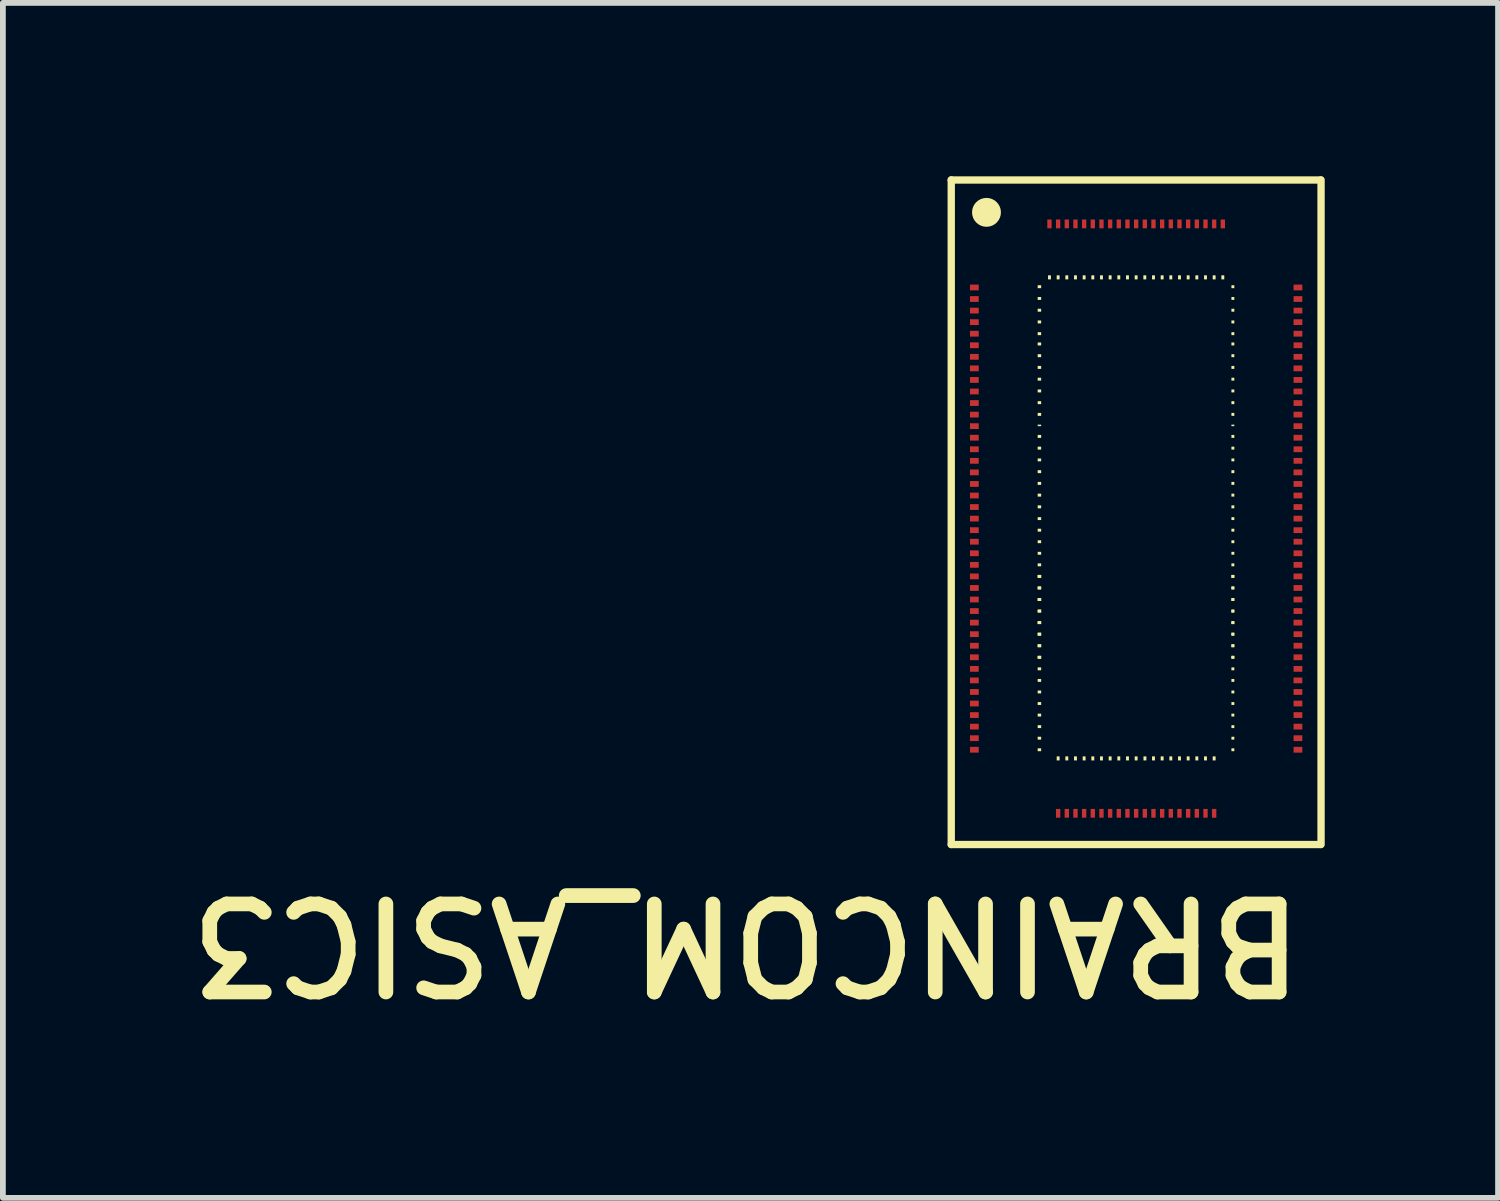
<source format=kicad_pcb>
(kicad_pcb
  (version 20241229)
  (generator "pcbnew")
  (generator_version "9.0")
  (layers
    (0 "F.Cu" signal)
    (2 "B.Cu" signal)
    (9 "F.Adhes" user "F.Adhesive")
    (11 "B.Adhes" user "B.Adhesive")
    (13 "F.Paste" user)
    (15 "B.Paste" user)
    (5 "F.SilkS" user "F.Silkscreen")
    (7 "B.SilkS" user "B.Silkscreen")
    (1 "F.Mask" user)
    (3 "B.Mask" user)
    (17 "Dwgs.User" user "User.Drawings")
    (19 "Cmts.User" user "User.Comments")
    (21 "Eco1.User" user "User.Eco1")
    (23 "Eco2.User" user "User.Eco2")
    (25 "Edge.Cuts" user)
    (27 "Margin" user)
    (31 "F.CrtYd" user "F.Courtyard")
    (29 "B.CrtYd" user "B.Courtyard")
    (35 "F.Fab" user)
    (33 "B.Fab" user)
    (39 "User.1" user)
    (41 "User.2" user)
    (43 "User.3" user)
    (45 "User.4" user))
  (footprint "BRAINCOM_ASIC3"
    (layer "F.Cu")
    (at 16.612 5.925)
    (property "Reference" "BRAINCOM_ASIC3" (at 3.004 6.469 180) (unlocked yes) (layer "F.SilkS") (effects (font (size 1.524 1.524) (thickness 0.254)) (justify left bottom)))
    (fp_line (start -3.2 -5.862) (end -3.2 5.64) (stroke (width 0.127) (type solid)) (layer "F.SilkS"))
    (fp_line (start 3.19 -5.86) (end -3.2 -5.86) (stroke (width 0.127) (type solid)) (layer "F.SilkS"))
    (fp_line (start 3.19 5.64) (end -3.2 5.64) (stroke (width 0.127) (type solid)) (layer "F.SilkS"))
    (fp_line (start 3.2 -5.862) (end 3.2 5.64) (stroke (width 0.127) (type solid)) (layer "F.SilkS"))
    (fp_rect (start -1.704 -3.988) (end -1.644 -4.039) (stroke (width 0) (type default)) (fill yes) (layer "F.SilkS"))
    (fp_rect (start -1.704 -3.785) (end -1.644 -3.835) (stroke (width 0) (type default)) (fill yes) (layer "F.SilkS"))
    (fp_rect (start -1.704 -3.581) (end -1.644 -3.632) (stroke (width 0) (type default)) (fill yes) (layer "F.SilkS"))
    (fp_rect (start -1.704 -3.378) (end -1.644 -3.429) (stroke (width 0) (type default)) (fill yes) (layer "F.SilkS"))
    (fp_rect (start -1.704 -3.175) (end -1.644 -3.226) (stroke (width 0) (type default)) (fill yes) (layer "F.SilkS"))
    (fp_rect (start -1.704 -2.997) (end -1.644 -3.048) (stroke (width 0) (type default)) (fill yes) (layer "F.SilkS"))
    (fp_rect (start -1.704 -2.794) (end -1.644 -2.845) (stroke (width 0) (type default)) (fill yes) (layer "F.SilkS"))
    (fp_rect (start -1.704 -2.591) (end -1.644 -2.642) (stroke (width 0) (type default)) (fill yes) (layer "F.SilkS"))
    (fp_rect (start -1.704 -2.388) (end -1.644 -2.438) (stroke (width 0) (type default)) (fill yes) (layer "F.SilkS"))
    (fp_rect (start -1.704 -2.184) (end -1.644 -2.235) (stroke (width 0) (type default)) (fill yes) (layer "F.SilkS"))
    (fp_rect (start -1.704 -1.981) (end -1.644 -2.032) (stroke (width 0) (type default)) (fill yes) (layer "F.SilkS"))
    (fp_rect (start -1.704 -1.778) (end -1.644 -1.829) (stroke (width 0) (type default)) (fill yes) (layer "F.SilkS"))
    (fp_rect (start -1.704 -1.6) (end -1.644 -1.626) (stroke (width 0) (type default)) (fill yes) (layer "F.SilkS"))
    (fp_rect (start -1.704 -1.397) (end -1.644 -1.448) (stroke (width 0) (type default)) (fill yes) (layer "F.SilkS"))
    (fp_rect (start -1.704 -1.194) (end -1.644 -1.245) (stroke (width 0) (type default)) (fill yes) (layer "F.SilkS"))
    (fp_rect (start -1.704 -0.991) (end -1.644 -1.041) (stroke (width 0) (type default)) (fill yes) (layer "F.SilkS"))
    (fp_rect (start -1.704 -0.787) (end -1.644 -0.838) (stroke (width 0) (type default)) (fill yes) (layer "F.SilkS"))
    (fp_rect (start -1.704 -0.584) (end -1.644 -0.635) (stroke (width 0) (type default)) (fill yes) (layer "F.SilkS"))
    (fp_rect (start -1.704 -0.381) (end -1.644 -0.432) (stroke (width 0) (type default)) (fill yes) (layer "F.SilkS"))
    (fp_rect (start -1.704 -0.178) (end -1.644 -0.229) (stroke (width 0) (type default)) (fill yes) (layer "F.SilkS"))
    (fp_rect (start -1.704 0.025) (end -1.644 -0.025) (stroke (width 0) (type default)) (fill yes) (layer "F.SilkS"))
    (fp_rect (start -1.704 0.225) (end -1.644 0.175) (stroke (width 0) (type default)) (fill yes) (layer "F.SilkS"))
    (fp_rect (start -1.704 0.425) (end -1.644 0.375) (stroke (width 0) (type default)) (fill yes) (layer "F.SilkS"))
    (fp_rect (start -1.704 0.625) (end -1.644 0.575) (stroke (width 0) (type default)) (fill yes) (layer "F.SilkS"))
    (fp_rect (start -1.704 0.825) (end -1.644 0.775) (stroke (width 0) (type default)) (fill yes) (layer "F.SilkS"))
    (fp_rect (start -1.704 1.025) (end -1.644 0.975) (stroke (width 0) (type default)) (fill yes) (layer "F.SilkS"))
    (fp_rect (start -1.704 1.025) (end -1.644 0.975) (stroke (width 0) (type default)) (fill yes) (layer "F.SilkS"))
    (fp_rect (start -1.704 1.225) (end -1.644 1.175) (stroke (width 0) (type default)) (fill yes) (layer "F.SilkS"))
    (fp_rect (start -1.704 1.225) (end -1.644 1.175) (stroke (width 0) (type default)) (fill yes) (layer "F.SilkS"))
    (fp_rect (start -1.704 1.425) (end -1.644 1.375) (stroke (width 0) (type default)) (fill yes) (layer "F.SilkS"))
    (fp_rect (start -1.704 1.425) (end -1.644 1.375) (stroke (width 0) (type default)) (fill yes) (layer "F.SilkS"))
    (fp_rect (start -1.704 1.625) (end -1.644 1.575) (stroke (width 0) (type default)) (fill yes) (layer "F.SilkS"))
    (fp_rect (start -1.704 1.625) (end -1.644 1.575) (stroke (width 0) (type default)) (fill yes) (layer "F.SilkS"))
    (fp_rect (start -1.704 1.825) (end -1.644 1.775) (stroke (width 0) (type default)) (fill yes) (layer "F.SilkS"))
    (fp_rect (start -1.704 1.825) (end -1.644 1.775) (stroke (width 0) (type default)) (fill yes) (layer "F.SilkS"))
    (fp_rect (start -1.704 2.025) (end -1.644 1.975) (stroke (width 0) (type default)) (fill yes) (layer "F.SilkS"))
    (fp_rect (start -1.704 2.025) (end -1.644 1.975) (stroke (width 0) (type default)) (fill yes) (layer "F.SilkS"))
    (fp_rect (start -1.704 2.225) (end -1.644 2.175) (stroke (width 0) (type default)) (fill yes) (layer "F.SilkS"))
    (fp_rect (start -1.704 2.225) (end -1.644 2.175) (stroke (width 0) (type default)) (fill yes) (layer "F.SilkS"))
    (fp_rect (start -1.704 2.425) (end -1.644 2.375) (stroke (width 0) (type default)) (fill yes) (layer "F.SilkS"))
    (fp_rect (start -1.704 2.425) (end -1.644 2.375) (stroke (width 0) (type default)) (fill yes) (layer "F.SilkS"))
    (fp_rect (start -1.704 2.625) (end -1.644 2.575) (stroke (width 0) (type default)) (fill yes) (layer "F.SilkS"))
    (fp_rect (start -1.704 2.825) (end -1.644 2.775) (stroke (width 0) (type default)) (fill yes) (layer "F.SilkS"))
    (fp_rect (start -1.704 3.025) (end -1.644 2.975) (stroke (width 0) (type default)) (fill yes) (layer "F.SilkS"))
    (fp_rect (start -1.704 3.225) (end -1.644 3.175) (stroke (width 0) (type default)) (fill yes) (layer "F.SilkS"))
    (fp_rect (start -1.704 3.425) (end -1.644 3.375) (stroke (width 0) (type default)) (fill yes) (layer "F.SilkS"))
    (fp_rect (start -1.704 3.625) (end -1.644 3.575) (stroke (width 0) (type default)) (fill yes) (layer "F.SilkS"))
    (fp_rect (start -1.704 3.825) (end -1.644 3.775) (stroke (width 0) (type default)) (fill yes) (layer "F.SilkS"))
    (fp_rect (start -1.704 4.025) (end -1.644 3.975) (stroke (width 0) (type default)) (fill yes) (layer "F.SilkS"))
    (fp_rect (start -1.525 -4.14) (end -1.475 -4.21) (stroke (width 0) (type default)) (fill yes) (layer "F.SilkS"))
    (fp_rect (start -1.375 -4.14) (end -1.325 -4.21) (stroke (width 0) (type default)) (fill yes) (layer "F.SilkS"))
    (fp_rect (start -1.375 4.185) (end -1.325 4.115) (stroke (width 0) (type default)) (fill yes) (layer "F.SilkS"))
    (fp_rect (start -1.225 -4.14) (end -1.175 -4.21) (stroke (width 0) (type default)) (fill yes) (layer "F.SilkS"))
    (fp_rect (start -1.225 4.185) (end -1.175 4.115) (stroke (width 0) (type default)) (fill yes) (layer "F.SilkS"))
    (fp_rect (start -1.075 -4.14) (end -1.025 -4.21) (stroke (width 0) (type default)) (fill yes) (layer "F.SilkS"))
    (fp_rect (start -1.075 4.185) (end -1.025 4.115) (stroke (width 0) (type default)) (fill yes) (layer "F.SilkS"))
    (fp_rect (start -0.925 -4.14) (end -0.875 -4.21) (stroke (width 0) (type default)) (fill yes) (layer "F.SilkS"))
    (fp_rect (start -0.925 4.185) (end -0.875 4.115) (stroke (width 0) (type default)) (fill yes) (layer "F.SilkS"))
    (fp_rect (start -0.775 -4.14) (end -0.725 -4.21) (stroke (width 0) (type default)) (fill yes) (layer "F.SilkS"))
    (fp_rect (start -0.775 4.185) (end -0.725 4.115) (stroke (width 0) (type default)) (fill yes) (layer "F.SilkS"))
    (fp_rect (start -0.625 -4.14) (end -0.575 -4.21) (stroke (width 0) (type default)) (fill yes) (layer "F.SilkS"))
    (fp_rect (start -0.625 4.185) (end -0.575 4.115) (stroke (width 0) (type default)) (fill yes) (layer "F.SilkS"))
    (fp_rect (start -0.475 -4.14) (end -0.425 -4.21) (stroke (width 0) (type default)) (fill yes) (layer "F.SilkS"))
    (fp_rect (start -0.475 4.185) (end -0.425 4.115) (stroke (width 0) (type default)) (fill yes) (layer "F.SilkS"))
    (fp_rect (start -0.325 -4.14) (end -0.275 -4.21) (stroke (width 0) (type default)) (fill yes) (layer "F.SilkS"))
    (fp_rect (start -0.325 4.185) (end -0.275 4.115) (stroke (width 0) (type default)) (fill yes) (layer "F.SilkS"))
    (fp_rect (start -0.175 -4.14) (end -0.125 -4.21) (stroke (width 0) (type default)) (fill yes) (layer "F.SilkS"))
    (fp_rect (start -0.175 4.185) (end -0.125 4.115) (stroke (width 0) (type default)) (fill yes) (layer "F.SilkS"))
    (fp_rect (start -0.025 4.185) (end 0.025 4.115) (stroke (width 0) (type default)) (fill yes) (layer "F.SilkS"))
    (fp_rect (start -0.025 -4.14) (end 0.025 -4.21) (stroke (width 0) (type default)) (fill yes) (layer "F.SilkS"))
    (fp_rect (start 0.125 -4.14) (end 0.175 -4.21) (stroke (width 0) (type default)) (fill yes) (layer "F.SilkS"))
    (fp_rect (start 0.127 4.185) (end 0.177 4.115) (stroke (width 0) (type default)) (fill yes) (layer "F.SilkS"))
    (fp_rect (start 0.275 -4.14) (end 0.325 -4.21) (stroke (width 0) (type default)) (fill yes) (layer "F.SilkS"))
    (fp_rect (start 0.275 4.185) (end 0.325 4.115) (stroke (width 0) (type default)) (fill yes) (layer "F.SilkS"))
    (fp_rect (start 0.425 -4.14) (end 0.475 -4.21) (stroke (width 0) (type default)) (fill yes) (layer "F.SilkS"))
    (fp_rect (start 0.425 4.185) (end 0.475 4.115) (stroke (width 0) (type default)) (fill yes) (layer "F.SilkS"))
    (fp_rect (start 0.575 -4.14) (end 0.625 -4.21) (stroke (width 0) (type default)) (fill yes) (layer "F.SilkS"))
    (fp_rect (start 0.575 4.185) (end 0.625 4.115) (stroke (width 0) (type default)) (fill yes) (layer "F.SilkS"))
    (fp_rect (start 0.725 -4.14) (end 0.775 -4.21) (stroke (width 0) (type default)) (fill yes) (layer "F.SilkS"))
    (fp_rect (start 0.725 4.185) (end 0.775 4.115) (stroke (width 0) (type default)) (fill yes) (layer "F.SilkS"))
    (fp_rect (start 0.875 -4.14) (end 0.925 -4.21) (stroke (width 0) (type default)) (fill yes) (layer "F.SilkS"))
    (fp_rect (start 0.875 4.185) (end 0.925 4.115) (stroke (width 0) (type default)) (fill yes) (layer "F.SilkS"))
    (fp_rect (start 1.025 -4.14) (end 1.075 -4.21) (stroke (width 0) (type default)) (fill yes) (layer "F.SilkS"))
    (fp_rect (start 1.025 4.185) (end 1.075 4.115) (stroke (width 0) (type default)) (fill yes) (layer "F.SilkS"))
    (fp_rect (start 1.175 -4.14) (end 1.225 -4.21) (stroke (width 0) (type default)) (fill yes) (layer "F.SilkS"))
    (fp_rect (start 1.175 4.185) (end 1.225 4.115) (stroke (width 0) (type default)) (fill yes) (layer "F.SilkS"))
    (fp_rect (start 1.325 -4.14) (end 1.375 -4.21) (stroke (width 0) (type default)) (fill yes) (layer "F.SilkS"))
    (fp_rect (start 1.325 4.185) (end 1.375 4.115) (stroke (width 0) (type default)) (fill yes) (layer "F.SilkS"))
    (fp_rect (start 1.475 -4.14) (end 1.525 -4.21) (stroke (width 0) (type default)) (fill yes) (layer "F.SilkS"))
    (fp_rect (start 1.649 -3.988) (end 1.699 -4.039) (stroke (width 0) (type default)) (fill yes) (layer "F.SilkS"))
    (fp_rect (start 1.649 -3.785) (end 1.699 -3.835) (stroke (width 0) (type default)) (fill yes) (layer "F.SilkS"))
    (fp_rect (start 1.649 -3.581) (end 1.699 -3.632) (stroke (width 0) (type default)) (fill yes) (layer "F.SilkS"))
    (fp_rect (start 1.649 -3.378) (end 1.699 -3.429) (stroke (width 0) (type default)) (fill yes) (layer "F.SilkS"))
    (fp_rect (start 1.649 -3.175) (end 1.699 -3.226) (stroke (width 0) (type default)) (fill yes) (layer "F.SilkS"))
    (fp_rect (start 1.649 -2.997) (end 1.699 -3.048) (stroke (width 0) (type default)) (fill yes) (layer "F.SilkS"))
    (fp_rect (start 1.649 -2.794) (end 1.699 -2.845) (stroke (width 0) (type default)) (fill yes) (layer "F.SilkS"))
    (fp_rect (start 1.649 -2.591) (end 1.699 -2.642) (stroke (width 0) (type default)) (fill yes) (layer "F.SilkS"))
    (fp_rect (start 1.649 -2.388) (end 1.699 -2.438) (stroke (width 0) (type default)) (fill yes) (layer "F.SilkS"))
    (fp_rect (start 1.649 -2.184) (end 1.699 -2.235) (stroke (width 0) (type default)) (fill yes) (layer "F.SilkS"))
    (fp_rect (start 1.649 -1.981) (end 1.699 -2.032) (stroke (width 0) (type default)) (fill yes) (layer "F.SilkS"))
    (fp_rect (start 1.649 -1.778) (end 1.699 -1.829) (stroke (width 0) (type default)) (fill yes) (layer "F.SilkS"))
    (fp_rect (start 1.649 -1.6) (end 1.699 -1.626) (stroke (width 0) (type default)) (fill yes) (layer "F.SilkS"))
    (fp_rect (start 1.649 -1.397) (end 1.699 -1.448) (stroke (width 0) (type default)) (fill yes) (layer "F.SilkS"))
    (fp_rect (start 1.649 -1.194) (end 1.699 -1.245) (stroke (width 0) (type default)) (fill yes) (layer "F.SilkS"))
    (fp_rect (start 1.649 -0.991) (end 1.699 -1.041) (stroke (width 0) (type default)) (fill yes) (layer "F.SilkS"))
    (fp_rect (start 1.649 -0.787) (end 1.699 -0.838) (stroke (width 0) (type default)) (fill yes) (layer "F.SilkS"))
    (fp_rect (start 1.649 -0.584) (end 1.699 -0.635) (stroke (width 0) (type default)) (fill yes) (layer "F.SilkS"))
    (fp_rect (start 1.649 -0.381) (end 1.699 -0.432) (stroke (width 0) (type default)) (fill yes) (layer "F.SilkS"))
    (fp_rect (start 1.649 -0.178) (end 1.699 -0.229) (stroke (width 0) (type default)) (fill yes) (layer "F.SilkS"))
    (fp_rect (start 1.649 0.025) (end 1.699 -0.025) (stroke (width 0) (type default)) (fill yes) (layer "F.SilkS"))
    (fp_rect (start 1.649 0.225) (end 1.699 0.175) (stroke (width 0) (type default)) (fill yes) (layer "F.SilkS"))
    (fp_rect (start 1.649 0.425) (end 1.699 0.375) (stroke (width 0) (type default)) (fill yes) (layer "F.SilkS"))
    (fp_rect (start 1.649 0.625) (end 1.699 0.575) (stroke (width 0) (type default)) (fill yes) (layer "F.SilkS"))
    (fp_rect (start 1.649 0.825) (end 1.699 0.775) (stroke (width 0) (type default)) (fill yes) (layer "F.SilkS"))
    (fp_rect (start 1.649 1.025) (end 1.699 0.975) (stroke (width 0) (type default)) (fill yes) (layer "F.SilkS"))
    (fp_rect (start 1.649 1.025) (end 1.699 0.975) (stroke (width 0) (type default)) (fill yes) (layer "F.SilkS"))
    (fp_rect (start 1.649 1.225) (end 1.699 1.175) (stroke (width 0) (type default)) (fill yes) (layer "F.SilkS"))
    (fp_rect (start 1.649 1.225) (end 1.699 1.175) (stroke (width 0) (type default)) (fill yes) (layer "F.SilkS"))
    (fp_rect (start 1.649 1.425) (end 1.699 1.375) (stroke (width 0) (type default)) (fill yes) (layer "F.SilkS"))
    (fp_rect (start 1.649 1.425) (end 1.699 1.375) (stroke (width 0) (type default)) (fill yes) (layer "F.SilkS"))
    (fp_rect (start 1.649 1.625) (end 1.699 1.575) (stroke (width 0) (type default)) (fill yes) (layer "F.SilkS"))
    (fp_rect (start 1.649 1.625) (end 1.699 1.575) (stroke (width 0) (type default)) (fill yes) (layer "F.SilkS"))
    (fp_rect (start 1.649 1.825) (end 1.699 1.775) (stroke (width 0) (type default)) (fill yes) (layer "F.SilkS"))
    (fp_rect (start 1.649 1.825) (end 1.699 1.775) (stroke (width 0) (type default)) (fill yes) (layer "F.SilkS"))
    (fp_rect (start 1.649 2.025) (end 1.699 1.975) (stroke (width 0) (type default)) (fill yes) (layer "F.SilkS"))
    (fp_rect (start 1.649 2.025) (end 1.699 1.975) (stroke (width 0) (type default)) (fill yes) (layer "F.SilkS"))
    (fp_rect (start 1.649 2.225) (end 1.699 2.175) (stroke (width 0) (type default)) (fill yes) (layer "F.SilkS"))
    (fp_rect (start 1.649 2.225) (end 1.699 2.175) (stroke (width 0) (type default)) (fill yes) (layer "F.SilkS"))
    (fp_rect (start 1.649 2.425) (end 1.699 2.375) (stroke (width 0) (type default)) (fill yes) (layer "F.SilkS"))
    (fp_rect (start 1.649 2.425) (end 1.699 2.375) (stroke (width 0) (type default)) (fill yes) (layer "F.SilkS"))
    (fp_rect (start 1.649 2.625) (end 1.699 2.575) (stroke (width 0) (type default)) (fill yes) (layer "F.SilkS"))
    (fp_rect (start 1.649 2.825) (end 1.699 2.775) (stroke (width 0) (type default)) (fill yes) (layer "F.SilkS"))
    (fp_rect (start 1.649 3.025) (end 1.699 2.975) (stroke (width 0) (type default)) (fill yes) (layer "F.SilkS"))
    (fp_rect (start 1.649 3.225) (end 1.699 3.175) (stroke (width 0) (type default)) (fill yes) (layer "F.SilkS"))
    (fp_rect (start 1.649 3.425) (end 1.699 3.375) (stroke (width 0) (type default)) (fill yes) (layer "F.SilkS"))
    (fp_rect (start 1.649 3.625) (end 1.699 3.575) (stroke (width 0) (type default)) (fill yes) (layer "F.SilkS"))
    (fp_rect (start 1.649 3.825) (end 1.699 3.775) (stroke (width 0) (type default)) (fill yes) (layer "F.SilkS"))
    (fp_rect (start 1.649 4.025) (end 1.699 3.975) (stroke (width 0) (type default)) (fill yes) (layer "F.SilkS"))
    (fp_circle (center -2.59 -5.3) (end -2.59 -5.175) (stroke (width 0.25) (type solid)) (fill no) (layer "F.SilkS"))
    (pad "1" smd rect (at -2.8 -4) (size 0.152 0.1) (layers "F.Cu" "F.Mask" "F.Paste"))
    (pad "2" smd rect (at -2.8 -3.8) (size 0.152 0.1) (layers "F.Cu" "F.Mask" "F.Paste"))
    (pad "3" smd rect (at -2.8 -3.6) (size 0.152 0.1) (layers "F.Cu" "F.Mask" "F.Paste"))
    (pad "4" smd rect (at -2.8 -3.4) (size 0.152 0.1) (layers "F.Cu" "F.Mask" "F.Paste"))
    (pad "5" smd rect (at -2.8 -3.2) (size 0.152 0.1) (layers "F.Cu" "F.Mask" "F.Paste"))
    (pad "6" smd rect (at -2.8 -3) (size 0.152 0.1) (layers "F.Cu" "F.Mask" "F.Paste"))
    (pad "7" smd rect (at -2.8 -2.8) (size 0.152 0.1) (layers "F.Cu" "F.Mask" "F.Paste"))
    (pad "8" smd rect (at -2.8 -2.6) (size 0.152 0.1) (layers "F.Cu" "F.Mask" "F.Paste"))
    (pad "9" smd rect (at -2.8 -2.4) (size 0.152 0.1) (layers "F.Cu" "F.Mask" "F.Paste"))
    (pad "10" smd rect (at -2.8 -2.2) (size 0.152 0.1) (layers "F.Cu" "F.Mask" "F.Paste"))
    (pad "11" smd rect (at -2.8 -2) (size 0.152 0.1) (layers "F.Cu" "F.Mask" "F.Paste"))
    (pad "12" smd rect (at -2.8 -1.8) (size 0.152 0.1) (layers "F.Cu" "F.Mask" "F.Paste"))
    (pad "13" smd rect (at -2.8 -1.6) (size 0.152 0.1) (layers "F.Cu" "F.Mask" "F.Paste"))
    (pad "14" smd rect (at -2.8 -1.4) (size 0.152 0.1) (layers "F.Cu" "F.Mask" "F.Paste"))
    (pad "15" smd rect (at -2.8 -1.2) (size 0.152 0.1) (layers "F.Cu" "F.Mask" "F.Paste"))
    (pad "16" smd rect (at -2.8 -1) (size 0.152 0.1) (layers "F.Cu" "F.Mask" "F.Paste"))
    (pad "17" smd rect (at -2.8 -0.8) (size 0.152 0.1) (layers "F.Cu" "F.Mask" "F.Paste"))
    (pad "18" smd rect (at -2.8 -0.6) (size 0.152 0.1) (layers "F.Cu" "F.Mask" "F.Paste"))
    (pad "19" smd rect (at -2.8 -0.4) (size 0.152 0.1) (layers "F.Cu" "F.Mask" "F.Paste"))
    (pad "20" smd rect (at -2.8 -0.2) (size 0.152 0.1) (layers "F.Cu" "F.Mask" "F.Paste"))
    (pad "21" smd rect (at -2.8 0) (size 0.152 0.1) (layers "F.Cu" "F.Mask" "F.Paste"))
    (pad "22" smd rect (at -2.8 0.2) (size 0.152 0.1) (layers "F.Cu" "F.Mask" "F.Paste"))
    (pad "23" smd rect (at -2.8 0.4) (size 0.152 0.1) (layers "F.Cu" "F.Mask" "F.Paste"))
    (pad "24" smd rect (at -2.8 0.6) (size 0.152 0.1) (layers "F.Cu" "F.Mask" "F.Paste"))
    (pad "25" smd rect (at -2.8 0.8) (size 0.152 0.1) (layers "F.Cu" "F.Mask" "F.Paste"))
    (pad "26" smd rect (at -2.8 1) (size 0.152 0.1) (layers "F.Cu" "F.Mask" "F.Paste"))
    (pad "27" smd rect (at -2.8 1.2) (size 0.152 0.1) (layers "F.Cu" "F.Mask" "F.Paste"))
    (pad "28" smd rect (at -2.8 1.4) (size 0.152 0.1) (layers "F.Cu" "F.Mask" "F.Paste"))
    (pad "29" smd rect (at -2.8 1.6) (size 0.152 0.1) (layers "F.Cu" "F.Mask" "F.Paste"))
    (pad "30" smd rect (at -2.8 1.8) (size 0.152 0.1) (layers "F.Cu" "F.Mask" "F.Paste"))
    (pad "31" smd rect (at -2.8 2) (size 0.152 0.1) (layers "F.Cu" "F.Mask" "F.Paste"))
    (pad "32" smd rect (at -2.8 2.2) (size 0.152 0.1) (layers "F.Cu" "F.Mask" "F.Paste"))
    (pad "33" smd rect (at -2.8 2.4) (size 0.152 0.1) (layers "F.Cu" "F.Mask" "F.Paste"))
    (pad "34" smd rect (at -2.8 2.6) (size 0.152 0.1) (layers "F.Cu" "F.Mask" "F.Paste"))
    (pad "35" smd rect (at -2.8 2.8) (size 0.152 0.1) (layers "F.Cu" "F.Mask" "F.Paste"))
    (pad "36" smd rect (at -2.8 3) (size 0.152 0.1) (layers "F.Cu" "F.Mask" "F.Paste"))
    (pad "37" smd rect (at -2.8 3.2) (size 0.152 0.1) (layers "F.Cu" "F.Mask" "F.Paste"))
    (pad "38" smd rect (at -2.8 3.4) (size 0.152 0.1) (layers "F.Cu" "F.Mask" "F.Paste"))
    (pad "39" smd rect (at -2.8 3.6) (size 0.152 0.1) (layers "F.Cu" "F.Mask" "F.Paste"))
    (pad "40" smd rect (at -2.8 3.8) (size 0.152 0.1) (layers "F.Cu" "F.Mask" "F.Paste"))
    (pad "41" smd rect (at -2.8 4) (size 0.152 0.1) (layers "F.Cu" "F.Mask" "F.Paste"))
    (pad "42" smd rect (at -1.35 5.1) (size 0.075 0.152) (layers "F.Cu" "F.Mask" "F.Paste"))
    (pad "43" smd rect (at -1.2 5.1) (size 0.075 0.152) (layers "F.Cu" "F.Mask" "F.Paste"))
    (pad "44" smd rect (at -1.05 5.1) (size 0.075 0.152) (layers "F.Cu" "F.Mask" "F.Paste"))
    (pad "45" smd rect (at -0.9 5.1) (size 0.075 0.152) (layers "F.Cu" "F.Mask" "F.Paste"))
    (pad "46" smd rect (at -0.75 5.1) (size 0.075 0.152) (layers "F.Cu" "F.Mask" "F.Paste"))
    (pad "47" smd rect (at -0.6 5.1) (size 0.075 0.152) (layers "F.Cu" "F.Mask" "F.Paste"))
    (pad "48" smd rect (at -0.45 5.1) (size 0.075 0.152) (layers "F.Cu" "F.Mask" "F.Paste"))
    (pad "49" smd rect (at -0.3 5.1) (size 0.075 0.152) (layers "F.Cu" "F.Mask" "F.Paste"))
    (pad "50" smd rect (at -0.15 5.1) (size 0.075 0.152) (layers "F.Cu" "F.Mask" "F.Paste"))
    (pad "51" smd rect (at 0 5.1) (size 0.075 0.152) (layers "F.Cu" "F.Mask" "F.Paste"))
    (pad "52" smd rect (at 0.15 5.1) (size 0.075 0.152) (layers "F.Cu" "F.Mask" "F.Paste"))
    (pad "53" smd rect (at 0.3 5.1) (size 0.075 0.152) (layers "F.Cu" "F.Mask" "F.Paste"))
    (pad "54" smd rect (at 0.45 5.1) (size 0.075 0.152) (layers "F.Cu" "F.Mask" "F.Paste"))
    (pad "55" smd rect (at 0.6 5.1) (size 0.075 0.152) (layers "F.Cu" "F.Mask" "F.Paste"))
    (pad "56" smd rect (at 0.75 5.1) (size 0.075 0.152) (layers "F.Cu" "F.Mask" "F.Paste"))
    (pad "57" smd rect (at 0.9 5.1) (size 0.075 0.152) (layers "F.Cu" "F.Mask" "F.Paste"))
    (pad "58" smd rect (at 1.05 5.1) (size 0.075 0.152) (layers "F.Cu" "F.Mask" "F.Paste"))
    (pad "59" smd rect (at 1.2 5.1) (size 0.075 0.152) (layers "F.Cu" "F.Mask" "F.Paste"))
    (pad "60" smd rect (at 1.35 5.1) (size 0.075 0.152) (layers "F.Cu" "F.Mask" "F.Paste"))
    (pad "61" smd rect (at 2.8 4) (size 0.152 0.1) (layers "F.Cu" "F.Mask" "F.Paste"))
    (pad "62" smd rect (at 2.8 3.8) (size 0.152 0.1) (layers "F.Cu" "F.Mask" "F.Paste"))
    (pad "63" smd rect (at 2.8 3.6) (size 0.152 0.1) (layers "F.Cu" "F.Mask" "F.Paste"))
    (pad "64" smd rect (at 2.8 3.4) (size 0.152 0.1) (layers "F.Cu" "F.Mask" "F.Paste"))
    (pad "65" smd rect (at 2.8 3.2) (size 0.152 0.1) (layers "F.Cu" "F.Mask" "F.Paste"))
    (pad "66" smd rect (at 2.8 3) (size 0.152 0.1) (layers "F.Cu" "F.Mask" "F.Paste"))
    (pad "67" smd rect (at 2.8 2.8) (size 0.152 0.1) (layers "F.Cu" "F.Mask" "F.Paste"))
    (pad "68" smd rect (at 2.8 2.6) (size 0.152 0.1) (layers "F.Cu" "F.Mask" "F.Paste"))
    (pad "69" smd rect (at 2.8 2.4) (size 0.152 0.1) (layers "F.Cu" "F.Mask" "F.Paste"))
    (pad "70" smd rect (at 2.8 2.2) (size 0.152 0.1) (layers "F.Cu" "F.Mask" "F.Paste"))
    (pad "71" smd rect (at 2.8 2) (size 0.152 0.1) (layers "F.Cu" "F.Mask" "F.Paste"))
    (pad "72" smd rect (at 2.8 1.8) (size 0.152 0.1) (layers "F.Cu" "F.Mask" "F.Paste"))
    (pad "73" smd rect (at 2.8 1.6) (size 0.152 0.1) (layers "F.Cu" "F.Mask" "F.Paste"))
    (pad "74" smd rect (at 2.8 1.4) (size 0.152 0.1) (layers "F.Cu" "F.Mask" "F.Paste"))
    (pad "75" smd rect (at 2.8 1.2) (size 0.152 0.1) (layers "F.Cu" "F.Mask" "F.Paste"))
    (pad "76" smd rect (at 2.8 1) (size 0.152 0.1) (layers "F.Cu" "F.Mask" "F.Paste"))
    (pad "77" smd rect (at 2.8 0.8) (size 0.152 0.1) (layers "F.Cu" "F.Mask" "F.Paste"))
    (pad "78" smd rect (at 2.8 0.6) (size 0.152 0.1) (layers "F.Cu" "F.Mask" "F.Paste"))
    (pad "79" smd rect (at 2.8 0.4) (size 0.152 0.1) (layers "F.Cu" "F.Mask" "F.Paste"))
    (pad "80" smd rect (at 2.8 0.2) (size 0.152 0.1) (layers "F.Cu" "F.Mask" "F.Paste"))
    (pad "81" smd rect (at 2.8 0) (size 0.152 0.1) (layers "F.Cu" "F.Mask" "F.Paste"))
    (pad "82" smd rect (at 2.8 -0.2) (size 0.152 0.1) (layers "F.Cu" "F.Mask" "F.Paste"))
    (pad "83" smd rect (at 2.8 -0.4) (size 0.152 0.1) (layers "F.Cu" "F.Mask" "F.Paste"))
    (pad "84" smd rect (at 2.8 -0.6) (size 0.152 0.1) (layers "F.Cu" "F.Mask" "F.Paste"))
    (pad "85" smd rect (at 2.8 -0.8) (size 0.152 0.1) (layers "F.Cu" "F.Mask" "F.Paste"))
    (pad "86" smd rect (at 2.8 -1) (size 0.152 0.1) (layers "F.Cu" "F.Mask" "F.Paste"))
    (pad "87" smd rect (at 2.8 -1.2) (size 0.152 0.1) (layers "F.Cu" "F.Mask" "F.Paste"))
    (pad "88" smd rect (at 2.8 -1.4) (size 0.152 0.1) (layers "F.Cu" "F.Mask" "F.Paste"))
    (pad "89" smd rect (at 2.8 -1.6) (size 0.152 0.1) (layers "F.Cu" "F.Mask" "F.Paste"))
    (pad "90" smd rect (at 2.8 -1.8) (size 0.152 0.1) (layers "F.Cu" "F.Mask" "F.Paste"))
    (pad "91" smd rect (at 2.8 -2) (size 0.152 0.1) (layers "F.Cu" "F.Mask" "F.Paste"))
    (pad "92" smd rect (at 2.8 -2.2) (size 0.152 0.1) (layers "F.Cu" "F.Mask" "F.Paste"))
    (pad "93" smd rect (at 2.8 -2.4) (size 0.152 0.1) (layers "F.Cu" "F.Mask" "F.Paste"))
    (pad "94" smd rect (at 2.8 -2.6) (size 0.152 0.1) (layers "F.Cu" "F.Mask" "F.Paste"))
    (pad "95" smd rect (at 2.8 -2.8) (size 0.152 0.1) (layers "F.Cu" "F.Mask" "F.Paste"))
    (pad "96" smd rect (at 2.8 -3) (size 0.152 0.1) (layers "F.Cu" "F.Mask" "F.Paste"))
    (pad "97" smd rect (at 2.8 -3.2) (size 0.152 0.1) (layers "F.Cu" "F.Mask" "F.Paste"))
    (pad "98" smd rect (at 2.8 -3.4) (size 0.152 0.1) (layers "F.Cu" "F.Mask" "F.Paste"))
    (pad "99" smd rect (at 2.8 -3.6) (size 0.152 0.1) (layers "F.Cu" "F.Mask" "F.Paste"))
    (pad "100" smd rect (at 2.8 -3.8) (size 0.152 0.1) (layers "F.Cu" "F.Mask" "F.Paste"))
    (pad "101" smd rect (at 2.8 -4) (size 0.152 0.1) (layers "F.Cu" "F.Mask" "F.Paste"))
    (pad "102" smd rect (at 1.5 -5.1 180) (size 0.075 0.152) (layers "F.Cu" "F.Mask" "F.Paste"))
    (pad "103" smd rect (at 1.35 -5.1 180) (size 0.075 0.152) (layers "F.Cu" "F.Mask" "F.Paste"))
    (pad "104" smd rect (at 1.2 -5.1 180) (size 0.075 0.152) (layers "F.Cu" "F.Mask" "F.Paste"))
    (pad "105" smd rect (at 1.05 -5.1 180) (size 0.075 0.152) (layers "F.Cu" "F.Mask" "F.Paste"))
    (pad "106" smd rect (at 0.9 -5.1 180) (size 0.075 0.152) (layers "F.Cu" "F.Mask" "F.Paste"))
    (pad "107" smd rect (at 0.75 -5.1 180) (size 0.075 0.152) (layers "F.Cu" "F.Mask" "F.Paste"))
    (pad "108" smd rect (at 0.6 -5.1 180) (size 0.075 0.152) (layers "F.Cu" "F.Mask" "F.Paste"))
    (pad "109" smd rect (at 0.45 -5.1 180) (size 0.075 0.152) (layers "F.Cu" "F.Mask" "F.Paste"))
    (pad "110" smd rect (at 0.3 -5.1 180) (size 0.075 0.152) (layers "F.Cu" "F.Mask" "F.Paste"))
    (pad "111" smd rect (at 0.15 -5.1 180) (size 0.075 0.152) (layers "F.Cu" "F.Mask" "F.Paste"))
    (pad "112" smd rect (at 0 -5.1 180) (size 0.075 0.152) (layers "F.Cu" "F.Mask" "F.Paste"))
    (pad "113" smd rect (at -0.15 -5.1 180) (size 0.075 0.152) (layers "F.Cu" "F.Mask" "F.Paste"))
    (pad "114" smd rect (at -0.3 -5.1 180) (size 0.075 0.152) (layers "F.Cu" "F.Mask" "F.Paste"))
    (pad "115" smd rect (at -0.45 -5.1 180) (size 0.075 0.152) (layers "F.Cu" "F.Mask" "F.Paste"))
    (pad "116" smd rect (at -0.6 -5.1 180) (size 0.075 0.152) (layers "F.Cu" "F.Mask" "F.Paste"))
    (pad "117" smd rect (at -0.75 -5.1 180) (size 0.075 0.152) (layers "F.Cu" "F.Mask" "F.Paste"))
    (pad "118" smd rect (at -0.9 -5.1 180) (size 0.075 0.152) (layers "F.Cu" "F.Mask" "F.Paste"))
    (pad "119" smd rect (at -1.05 -5.1 180) (size 0.075 0.152) (layers "F.Cu" "F.Mask" "F.Paste"))
    (pad "120" smd rect (at -1.2 -5.1 180) (size 0.075 0.152) (layers "F.Cu" "F.Mask" "F.Paste"))
    (pad "121" smd rect (at -1.35 -5.1 180) (size 0.075 0.152) (layers "F.Cu" "F.Mask" "F.Paste"))
    (pad "122" smd rect (at -1.5 -5.1 180) (size 0.075 0.152) (layers "F.Cu" "F.Mask" "F.Paste")))
  (gr_rect
    (start -3 -3)
    (end 22.875 17.68)
    (stroke (width 0.1) (type default))
    (fill no)
    (layer "Edge.Cuts")))
</source>
